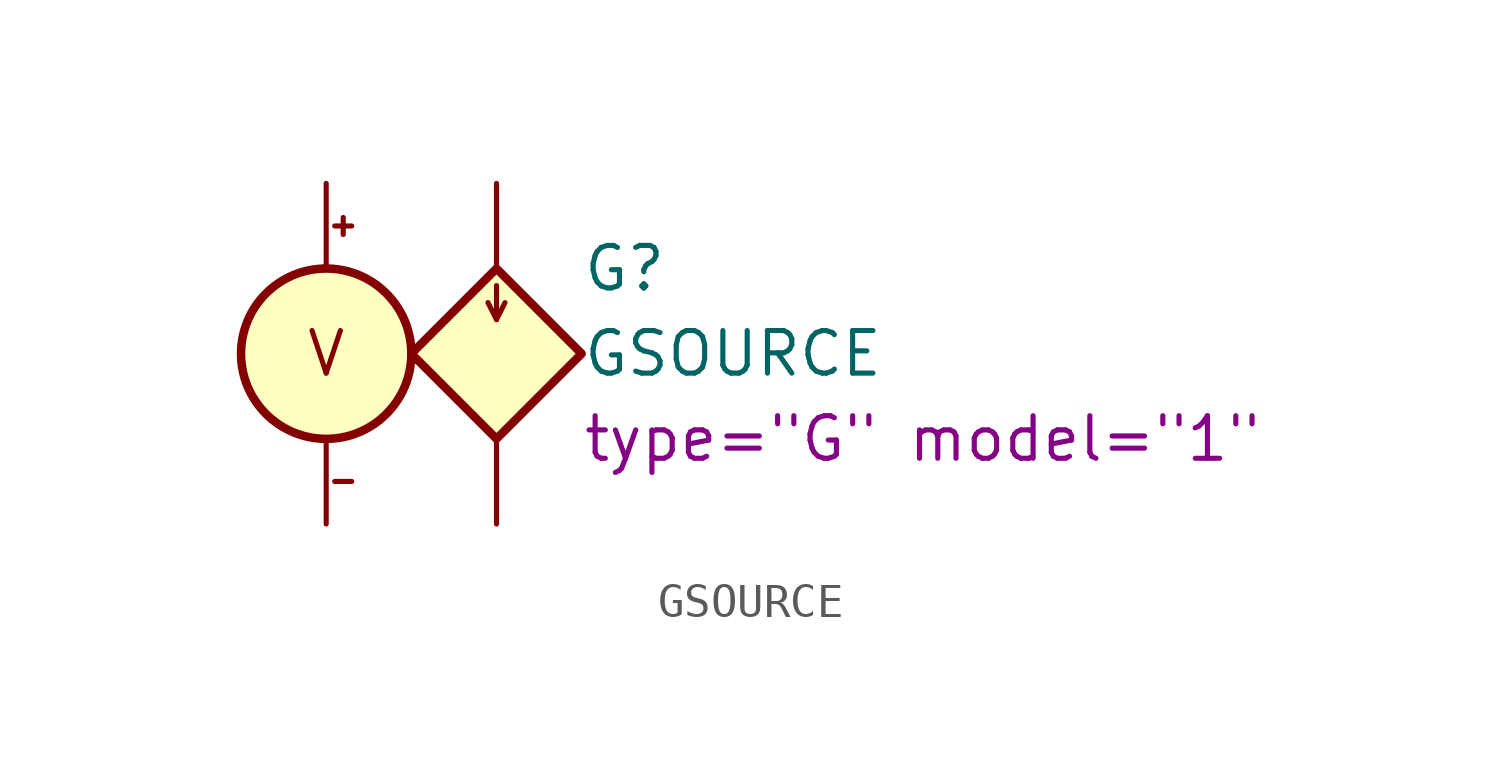
<source format=kicad_sym>
(kicad_symbol_lib
  (version 20220914)
  (generator kicad_symbol_editor)
  (symbol "GSOURCE"
    (pin_numbers hide)
    (pin_names
      (offset 1.016) hide)
    (property "Reference" "G"
      (at 2.54 2.54 0)
      (effects (font (size 1.27 1.27)) (justify left)))
    (property "Value" "GSOURCE"
      (at 2.54 0 0)
      (effects (font (size 1.27 1.27)) (justify left)))
    (property "Sim.Params" "type=\"G\" model=\"1\""
      (at 2.54 -2.54 0)
      (effects (font (size 1.27 1.27)) (justify left)))
    (symbol "GSOURCE_0_1"
      (polyline (pts (xy 0 2.032) (xy 0 1.016)) (stroke (width 0) (type default)) (fill (type none)))
      (polyline (pts (xy 0.254 1.524) (xy 0 1.016) (xy -0.254 1.524)) (stroke (width 0) (type default)) (fill (type none))))
    (symbol "GSOURCE_1_1"
      (circle (center -5.08 0) (radius 2.54) (stroke (width 0.254) (type default)) (fill (type background)))
      (polyline (pts (xy -4.826 -3.81) (xy -4.318 -3.81)) (stroke (width 0) (type default)) (fill (type none)))
      (polyline (pts (xy -4.826 3.81) (xy -4.318 3.81)) (stroke (width 0) (type default)) (fill (type none)))
      (polyline (pts (xy -4.572 4.064) (xy -4.572 3.556)) (stroke (width 0) (type default)) (fill (type none)))
      (polyline (pts (xy 0 2.54) (xy -2.54 0) (xy 0 -2.54) (xy 2.54 0) (xy 0 2.54)) (stroke (width 0.254) (type default)) (fill (type background)))
      (text "V" (at -5.08 0 0) (effects (font (size 1.27 1.27))))
      (pin passive line (at 0 5.08 270) (length 2.54) (name "N+" (effects (font (size 1.27 1.27)))) (number "1" (effects (font (size 1.27 1.27)))))
      (pin passive line (at 0 -5.08 90) (length 2.54) (name "N-" (effects (font (size 1.27 1.27)))) (number "2" (effects (font (size 1.27 1.27)))))
      (pin input line (at -5.08 5.08 270) (length 2.54) (name "C+" (effects (font (size 1.27 1.27)))) (number "3" (effects (font (size 1.27 1.27)))))
      (pin input line (at -5.08 -5.08 90) (length 2.54) (name "C-" (effects (font (size 1.27 1.27)))) (number "4" (effects (font (size 1.27 1.27))))))))
</source>
